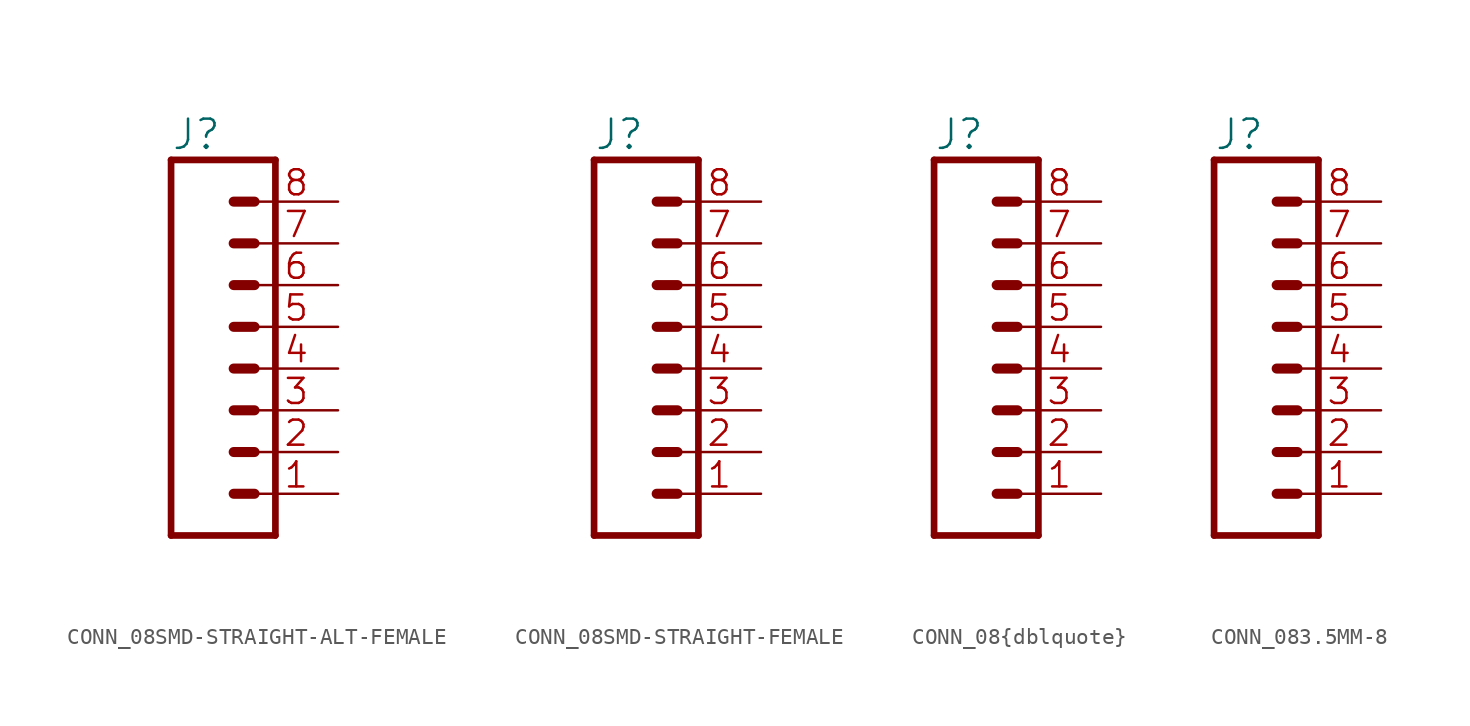
<source format=kicad_sym>
(kicad_symbol_lib
  (version 20241209)
  (generator "kicad_symbol_editor")
  (generator_version "9.0")
  (symbol "CONN_08SMD-STRAIGHT-ALT-FEMALE"
    (property "Reference" "J"
      (at -5.08 13.208 0)
      (effects (font (size 1.778 1.778)) (justify left bottom)))
    (property "Value" ""
      (at -5.08 -12.446 0)
      (effects (font (size 1.778 1.778)) (justify left bottom)))
    (property "ki_locked" ""
      (at 0 0 0)
      (effects (font (size 1.27 1.27))))
    (symbol "CONN_08SMD-STRAIGHT-ALT-FEMALE_1_0"
      (polyline (pts (xy -5.08 12.7) (xy -5.08 -10.16)) (stroke (width 0.406) (type solid)) (fill (type none)))
      (polyline (pts (xy -5.08 12.7) (xy 1.27 12.7)) (stroke (width 0.406) (type solid)) (fill (type none)))
      (polyline (pts (xy -1.27 10.16) (xy 0 10.16)) (stroke (width 0.61) (type solid)) (fill (type none)))
      (polyline (pts (xy -1.27 7.62) (xy 0 7.62)) (stroke (width 0.61) (type solid)) (fill (type none)))
      (polyline (pts (xy -1.27 5.08) (xy 0 5.08)) (stroke (width 0.61) (type solid)) (fill (type none)))
      (polyline (pts (xy -1.27 2.54) (xy 0 2.54)) (stroke (width 0.61) (type solid)) (fill (type none)))
      (polyline (pts (xy -1.27 0) (xy 0 0)) (stroke (width 0.61) (type solid)) (fill (type none)))
      (polyline (pts (xy -1.27 -2.54) (xy 0 -2.54)) (stroke (width 0.61) (type solid)) (fill (type none)))
      (polyline (pts (xy -1.27 -5.08) (xy 0 -5.08)) (stroke (width 0.61) (type solid)) (fill (type none)))
      (polyline (pts (xy -1.27 -7.62) (xy 0 -7.62)) (stroke (width 0.61) (type solid)) (fill (type none)))
      (polyline (pts (xy 1.27 -10.16) (xy -5.08 -10.16)) (stroke (width 0.406) (type solid)) (fill (type none)))
      (polyline (pts (xy 1.27 -10.16) (xy 1.27 12.7)) (stroke (width 0.406) (type solid)) (fill (type none)))
      (pin passive line (at 5.08 10.16 180) (length 5.08) (name "8" (effects (font (size 0 0)))) (number "8" (effects (font (size 1.524 1.524)))))
      (pin passive line (at 5.08 7.62 180) (length 5.08) (name "7" (effects (font (size 0 0)))) (number "7" (effects (font (size 1.524 1.524)))))
      (pin passive line (at 5.08 5.08 180) (length 5.08) (name "6" (effects (font (size 0 0)))) (number "6" (effects (font (size 1.524 1.524)))))
      (pin passive line (at 5.08 2.54 180) (length 5.08) (name "5" (effects (font (size 0 0)))) (number "5" (effects (font (size 1.524 1.524)))))
      (pin passive line (at 5.08 0 180) (length 5.08) (name "4" (effects (font (size 0 0)))) (number "4" (effects (font (size 1.524 1.524)))))
      (pin passive line (at 5.08 -2.54 180) (length 5.08) (name "3" (effects (font (size 0 0)))) (number "3" (effects (font (size 1.524 1.524)))))
      (pin passive line (at 5.08 -5.08 180) (length 5.08) (name "2" (effects (font (size 0 0)))) (number "2" (effects (font (size 1.524 1.524)))))
      (pin passive line (at 5.08 -7.62 180) (length 5.08) (name "1" (effects (font (size 0 0)))) (number "1" (effects (font (size 1.524 1.524)))))))
  (symbol "CONN_08SMD-STRAIGHT-FEMALE"
    (property "Reference" "J"
      (at -5.08 13.208 0)
      (effects (font (size 1.778 1.778)) (justify left bottom)))
    (property "Value" ""
      (at -5.08 -12.446 0)
      (effects (font (size 1.778 1.778)) (justify left bottom)))
    (property "ki_locked" ""
      (at 0 0 0)
      (effects (font (size 1.27 1.27))))
    (symbol "CONN_08SMD-STRAIGHT-FEMALE_1_0"
      (polyline (pts (xy -5.08 12.7) (xy -5.08 -10.16)) (stroke (width 0.406) (type solid)) (fill (type none)))
      (polyline (pts (xy -5.08 12.7) (xy 1.27 12.7)) (stroke (width 0.406) (type solid)) (fill (type none)))
      (polyline (pts (xy -1.27 10.16) (xy 0 10.16)) (stroke (width 0.61) (type solid)) (fill (type none)))
      (polyline (pts (xy -1.27 7.62) (xy 0 7.62)) (stroke (width 0.61) (type solid)) (fill (type none)))
      (polyline (pts (xy -1.27 5.08) (xy 0 5.08)) (stroke (width 0.61) (type solid)) (fill (type none)))
      (polyline (pts (xy -1.27 2.54) (xy 0 2.54)) (stroke (width 0.61) (type solid)) (fill (type none)))
      (polyline (pts (xy -1.27 0) (xy 0 0)) (stroke (width 0.61) (type solid)) (fill (type none)))
      (polyline (pts (xy -1.27 -2.54) (xy 0 -2.54)) (stroke (width 0.61) (type solid)) (fill (type none)))
      (polyline (pts (xy -1.27 -5.08) (xy 0 -5.08)) (stroke (width 0.61) (type solid)) (fill (type none)))
      (polyline (pts (xy -1.27 -7.62) (xy 0 -7.62)) (stroke (width 0.61) (type solid)) (fill (type none)))
      (polyline (pts (xy 1.27 -10.16) (xy -5.08 -10.16)) (stroke (width 0.406) (type solid)) (fill (type none)))
      (polyline (pts (xy 1.27 -10.16) (xy 1.27 12.7)) (stroke (width 0.406) (type solid)) (fill (type none)))
      (pin passive line (at 5.08 10.16 180) (length 5.08) (name "8" (effects (font (size 0 0)))) (number "8" (effects (font (size 1.524 1.524)))))
      (pin passive line (at 5.08 7.62 180) (length 5.08) (name "7" (effects (font (size 0 0)))) (number "7" (effects (font (size 1.524 1.524)))))
      (pin passive line (at 5.08 5.08 180) (length 5.08) (name "6" (effects (font (size 0 0)))) (number "6" (effects (font (size 1.524 1.524)))))
      (pin passive line (at 5.08 2.54 180) (length 5.08) (name "5" (effects (font (size 0 0)))) (number "5" (effects (font (size 1.524 1.524)))))
      (pin passive line (at 5.08 0 180) (length 5.08) (name "4" (effects (font (size 0 0)))) (number "4" (effects (font (size 1.524 1.524)))))
      (pin passive line (at 5.08 -2.54 180) (length 5.08) (name "3" (effects (font (size 0 0)))) (number "3" (effects (font (size 1.524 1.524)))))
      (pin passive line (at 5.08 -5.08 180) (length 5.08) (name "2" (effects (font (size 0 0)))) (number "2" (effects (font (size 1.524 1.524)))))
      (pin passive line (at 5.08 -7.62 180) (length 5.08) (name "1" (effects (font (size 0 0)))) (number "1" (effects (font (size 1.524 1.524)))))))
  (symbol "CONN_08{dblquote}"
    (property "Reference" "J"
      (at -5.08 13.208 0)
      (effects (font (size 1.778 1.778)) (justify left bottom)))
    (property "Value" ""
      (at -5.08 -12.446 0)
      (effects (font (size 1.778 1.778)) (justify left bottom)))
    (property "ki_locked" ""
      (at 0 0 0)
      (effects (font (size 1.27 1.27))))
    (symbol "CONN_08{dblquote}_1_0"
      (polyline (pts (xy -5.08 12.7) (xy -5.08 -10.16)) (stroke (width 0.406) (type solid)) (fill (type none)))
      (polyline (pts (xy -5.08 12.7) (xy 1.27 12.7)) (stroke (width 0.406) (type solid)) (fill (type none)))
      (polyline (pts (xy -1.27 10.16) (xy 0 10.16)) (stroke (width 0.61) (type solid)) (fill (type none)))
      (polyline (pts (xy -1.27 7.62) (xy 0 7.62)) (stroke (width 0.61) (type solid)) (fill (type none)))
      (polyline (pts (xy -1.27 5.08) (xy 0 5.08)) (stroke (width 0.61) (type solid)) (fill (type none)))
      (polyline (pts (xy -1.27 2.54) (xy 0 2.54)) (stroke (width 0.61) (type solid)) (fill (type none)))
      (polyline (pts (xy -1.27 0) (xy 0 0)) (stroke (width 0.61) (type solid)) (fill (type none)))
      (polyline (pts (xy -1.27 -2.54) (xy 0 -2.54)) (stroke (width 0.61) (type solid)) (fill (type none)))
      (polyline (pts (xy -1.27 -5.08) (xy 0 -5.08)) (stroke (width 0.61) (type solid)) (fill (type none)))
      (polyline (pts (xy -1.27 -7.62) (xy 0 -7.62)) (stroke (width 0.61) (type solid)) (fill (type none)))
      (polyline (pts (xy 1.27 -10.16) (xy -5.08 -10.16)) (stroke (width 0.406) (type solid)) (fill (type none)))
      (polyline (pts (xy 1.27 -10.16) (xy 1.27 12.7)) (stroke (width 0.406) (type solid)) (fill (type none)))
      (pin passive line (at 5.08 10.16 180) (length 5.08) (name "8" (effects (font (size 0 0)))) (number "8" (effects (font (size 1.524 1.524)))))
      (pin passive line (at 5.08 7.62 180) (length 5.08) (name "7" (effects (font (size 0 0)))) (number "7" (effects (font (size 1.524 1.524)))))
      (pin passive line (at 5.08 5.08 180) (length 5.08) (name "6" (effects (font (size 0 0)))) (number "6" (effects (font (size 1.524 1.524)))))
      (pin passive line (at 5.08 2.54 180) (length 5.08) (name "5" (effects (font (size 0 0)))) (number "5" (effects (font (size 1.524 1.524)))))
      (pin passive line (at 5.08 0 180) (length 5.08) (name "4" (effects (font (size 0 0)))) (number "4" (effects (font (size 1.524 1.524)))))
      (pin passive line (at 5.08 -2.54 180) (length 5.08) (name "3" (effects (font (size 0 0)))) (number "3" (effects (font (size 1.524 1.524)))))
      (pin passive line (at 5.08 -5.08 180) (length 5.08) (name "2" (effects (font (size 0 0)))) (number "2" (effects (font (size 1.524 1.524)))))
      (pin passive line (at 5.08 -7.62 180) (length 5.08) (name "1" (effects (font (size 0 0)))) (number "1" (effects (font (size 1.524 1.524)))))))
  (symbol "CONN_083.5MM-8"
    (property "Reference" "J"
      (at -5.08 13.208 0)
      (effects (font (size 1.778 1.778)) (justify left bottom)))
    (property "Value" ""
      (at -5.08 -12.446 0)
      (effects (font (size 1.778 1.778)) (justify left bottom)))
    (property "ki_locked" ""
      (at 0 0 0)
      (effects (font (size 1.27 1.27))))
    (symbol "CONN_083.5MM-8_1_0"
      (polyline (pts (xy -5.08 12.7) (xy -5.08 -10.16)) (stroke (width 0.406) (type solid)) (fill (type none)))
      (polyline (pts (xy -5.08 12.7) (xy 1.27 12.7)) (stroke (width 0.406) (type solid)) (fill (type none)))
      (polyline (pts (xy -1.27 10.16) (xy 0 10.16)) (stroke (width 0.61) (type solid)) (fill (type none)))
      (polyline (pts (xy -1.27 7.62) (xy 0 7.62)) (stroke (width 0.61) (type solid)) (fill (type none)))
      (polyline (pts (xy -1.27 5.08) (xy 0 5.08)) (stroke (width 0.61) (type solid)) (fill (type none)))
      (polyline (pts (xy -1.27 2.54) (xy 0 2.54)) (stroke (width 0.61) (type solid)) (fill (type none)))
      (polyline (pts (xy -1.27 0) (xy 0 0)) (stroke (width 0.61) (type solid)) (fill (type none)))
      (polyline (pts (xy -1.27 -2.54) (xy 0 -2.54)) (stroke (width 0.61) (type solid)) (fill (type none)))
      (polyline (pts (xy -1.27 -5.08) (xy 0 -5.08)) (stroke (width 0.61) (type solid)) (fill (type none)))
      (polyline (pts (xy -1.27 -7.62) (xy 0 -7.62)) (stroke (width 0.61) (type solid)) (fill (type none)))
      (polyline (pts (xy 1.27 -10.16) (xy -5.08 -10.16)) (stroke (width 0.406) (type solid)) (fill (type none)))
      (polyline (pts (xy 1.27 -10.16) (xy 1.27 12.7)) (stroke (width 0.406) (type solid)) (fill (type none)))
      (pin passive line (at 5.08 10.16 180) (length 5.08) (name "8" (effects (font (size 0 0)))) (number "8" (effects (font (size 1.524 1.524)))))
      (pin passive line (at 5.08 7.62 180) (length 5.08) (name "7" (effects (font (size 0 0)))) (number "7" (effects (font (size 1.524 1.524)))))
      (pin passive line (at 5.08 5.08 180) (length 5.08) (name "6" (effects (font (size 0 0)))) (number "6" (effects (font (size 1.524 1.524)))))
      (pin passive line (at 5.08 2.54 180) (length 5.08) (name "5" (effects (font (size 0 0)))) (number "5" (effects (font (size 1.524 1.524)))))
      (pin passive line (at 5.08 0 180) (length 5.08) (name "4" (effects (font (size 0 0)))) (number "4" (effects (font (size 1.524 1.524)))))
      (pin passive line (at 5.08 -2.54 180) (length 5.08) (name "3" (effects (font (size 0 0)))) (number "3" (effects (font (size 1.524 1.524)))))
      (pin passive line (at 5.08 -5.08 180) (length 5.08) (name "2" (effects (font (size 0 0)))) (number "2" (effects (font (size 1.524 1.524)))))
      (pin passive line (at 5.08 -7.62 180) (length 5.08) (name "1" (effects (font (size 0 0)))) (number "1" (effects (font (size 1.524 1.524))))))))
</source>
